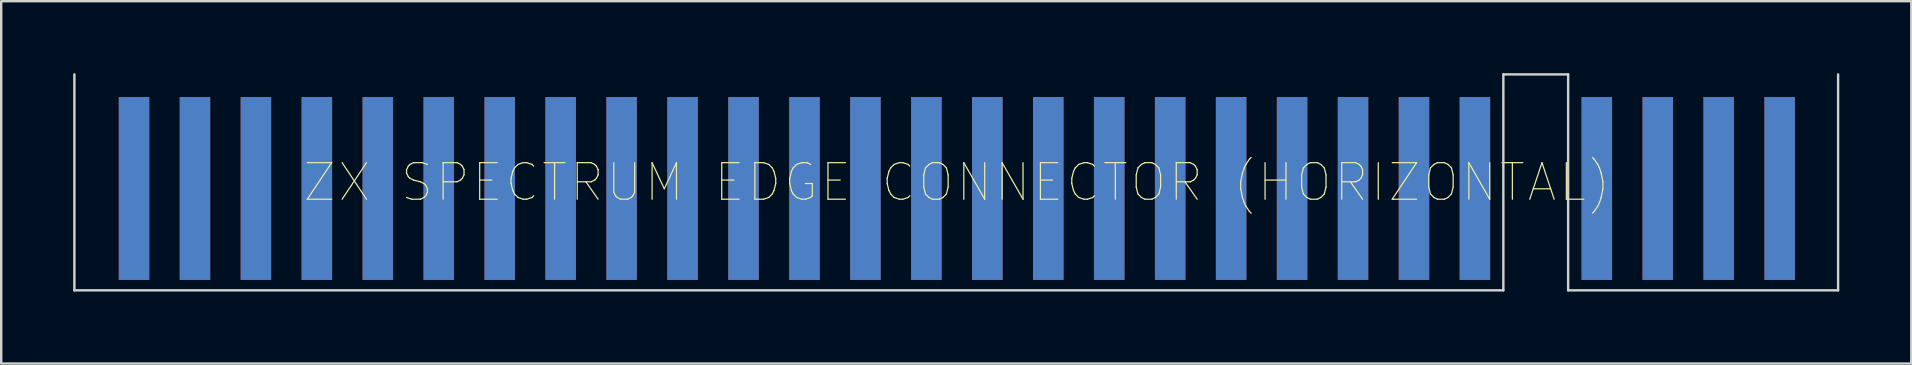
<source format=kicad_pcb>
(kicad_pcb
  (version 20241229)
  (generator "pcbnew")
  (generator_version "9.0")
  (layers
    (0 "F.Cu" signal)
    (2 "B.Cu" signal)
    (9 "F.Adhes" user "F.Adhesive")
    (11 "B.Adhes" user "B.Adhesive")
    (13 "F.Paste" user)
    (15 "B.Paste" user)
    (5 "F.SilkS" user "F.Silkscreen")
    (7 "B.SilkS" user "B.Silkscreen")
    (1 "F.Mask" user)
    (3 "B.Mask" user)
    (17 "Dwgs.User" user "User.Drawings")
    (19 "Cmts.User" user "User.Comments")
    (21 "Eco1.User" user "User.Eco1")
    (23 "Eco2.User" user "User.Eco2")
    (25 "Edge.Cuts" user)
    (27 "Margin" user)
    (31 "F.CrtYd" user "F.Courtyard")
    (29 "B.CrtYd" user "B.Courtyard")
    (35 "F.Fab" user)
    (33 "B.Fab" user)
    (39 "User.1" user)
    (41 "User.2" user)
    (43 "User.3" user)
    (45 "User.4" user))
  (footprint "ZX SPECTRUM EDGE CONNECTOR (HORIZONTAL)"
    (layer "F.Cu")
    (at 36.825 4.55)
    (property "Reference" "ZX SPECTRUM EDGE CONNECTOR (HORIZONTAL)" (at 0 0 180) (layer "F.SilkS") (effects (font (size 1.524 1.524) (thickness 0.05))))
    (attr smd)
    (fp_rect (start -34.925 4.064) (end -33.655 -3.556) (stroke (width 0.12) (type solid)) (fill yes) (layer "F.Mask"))
    (fp_rect (start -32.385 4.064) (end -31.115 -3.556) (stroke (width 0.12) (type solid)) (fill yes) (layer "F.Mask"))
    (fp_rect (start -29.845 4.064) (end -28.575 -3.556) (stroke (width 0.12) (type solid)) (fill yes) (layer "F.Mask"))
    (fp_rect (start -27.305 4.064) (end -26.035 -3.556) (stroke (width 0.12) (type solid)) (fill yes) (layer "F.Mask"))
    (fp_rect (start -24.765 4.064) (end -23.495 -3.556) (stroke (width 0.12) (type solid)) (fill yes) (layer "F.Mask"))
    (fp_rect (start -22.225 4.064) (end -20.955 -3.556) (stroke (width 0.12) (type solid)) (fill yes) (layer "F.Mask"))
    (fp_rect (start -19.685 4.064) (end -18.415 -3.556) (stroke (width 0.12) (type solid)) (fill yes) (layer "F.Mask"))
    (fp_rect (start -17.145 4.064) (end -15.875 -3.556) (stroke (width 0.12) (type solid)) (fill yes) (layer "F.Mask"))
    (fp_rect (start -14.605 4.064) (end -13.335 -3.556) (stroke (width 0.12) (type solid)) (fill yes) (layer "F.Mask"))
    (fp_rect (start -12.065 4.064) (end -10.795 -3.556) (stroke (width 0.12) (type solid)) (fill yes) (layer "F.Mask"))
    (fp_rect (start -9.525 4.064) (end -8.255 -3.556) (stroke (width 0.12) (type solid)) (fill yes) (layer "F.Mask"))
    (fp_rect (start -6.985 4.064) (end -5.715 -3.556) (stroke (width 0.12) (type solid)) (fill yes) (layer "F.Mask"))
    (fp_rect (start -4.445 4.064) (end -3.175 -3.556) (stroke (width 0.12) (type solid)) (fill yes) (layer "F.Mask"))
    (fp_rect (start -1.905 4.064) (end -0.635 -3.556) (stroke (width 0.12) (type solid)) (fill yes) (layer "F.Mask"))
    (fp_rect (start 0.635 4.064) (end 1.905 -3.556) (stroke (width 0.12) (type solid)) (fill yes) (layer "F.Mask"))
    (fp_rect (start 3.175 4.064) (end 4.445 -3.556) (stroke (width 0.12) (type solid)) (fill yes) (layer "F.Mask"))
    (fp_rect (start 5.715 4.064) (end 6.985 -3.556) (stroke (width 0.12) (type solid)) (fill yes) (layer "F.Mask"))
    (fp_rect (start 8.255 4.064) (end 9.525 -3.556) (stroke (width 0.12) (type solid)) (fill yes) (layer "F.Mask"))
    (fp_rect (start 10.795 4.064) (end 12.065 -3.556) (stroke (width 0.12) (type solid)) (fill yes) (layer "F.Mask"))
    (fp_rect (start 13.335 4.064) (end 14.605 -3.556) (stroke (width 0.12) (type solid)) (fill yes) (layer "F.Mask"))
    (fp_rect (start 15.875 4.064) (end 17.145 -3.556) (stroke (width 0.12) (type solid)) (fill yes) (layer "F.Mask"))
    (fp_rect (start 18.415 4.064) (end 19.685 -3.556) (stroke (width 0.12) (type solid)) (fill yes) (layer "F.Mask"))
    (fp_rect (start 20.955 4.064) (end 22.225 -3.556) (stroke (width 0.12) (type solid)) (fill yes) (layer "F.Mask"))
    (fp_rect (start 26.035 4.064) (end 27.305 -3.556) (stroke (width 0.12) (type solid)) (fill yes) (layer "F.Mask"))
    (fp_rect (start 28.575 4.064) (end 29.845 -3.556) (stroke (width 0.12) (type solid)) (fill yes) (layer "F.Mask"))
    (fp_rect (start 31.115 4.064) (end 32.385 -3.556) (stroke (width 0.12) (type solid)) (fill yes) (layer "F.Mask"))
    (fp_rect (start 33.655 4.064) (end 34.925 -3.556) (stroke (width 0.12) (type solid)) (fill yes) (layer "F.Mask"))
    (fp_rect (start -34.925 4.064) (end -33.655 -3.556) (stroke (width 0.12) (type solid)) (fill yes) (layer "B.Mask"))
    (fp_rect (start -32.385 4.064) (end -31.115 -3.556) (stroke (width 0.12) (type solid)) (fill yes) (layer "B.Mask"))
    (fp_rect (start -29.845 4.064) (end -28.575 -3.556) (stroke (width 0.12) (type solid)) (fill yes) (layer "B.Mask"))
    (fp_rect (start -27.305 4.064) (end -26.035 -3.556) (stroke (width 0.12) (type solid)) (fill yes) (layer "B.Mask"))
    (fp_rect (start -24.765 4.064) (end -23.495 -3.556) (stroke (width 0.12) (type solid)) (fill yes) (layer "B.Mask"))
    (fp_rect (start -22.225 4.064) (end -20.955 -3.556) (stroke (width 0.12) (type solid)) (fill yes) (layer "B.Mask"))
    (fp_rect (start -19.685 4.064) (end -18.415 -3.556) (stroke (width 0.12) (type solid)) (fill yes) (layer "B.Mask"))
    (fp_rect (start -17.145 4.064) (end -15.875 -3.556) (stroke (width 0.12) (type solid)) (fill yes) (layer "B.Mask"))
    (fp_rect (start -14.605 4.064) (end -13.335 -3.556) (stroke (width 0.12) (type solid)) (fill yes) (layer "B.Mask"))
    (fp_rect (start -12.065 4.064) (end -10.795 -3.556) (stroke (width 0.12) (type solid)) (fill yes) (layer "B.Mask"))
    (fp_rect (start -9.525 4.064) (end -8.255 -3.556) (stroke (width 0.12) (type solid)) (fill yes) (layer "B.Mask"))
    (fp_rect (start -6.985 4.064) (end -5.715 -3.556) (stroke (width 0.12) (type solid)) (fill yes) (layer "B.Mask"))
    (fp_rect (start -4.445 4.064) (end -3.175 -3.556) (stroke (width 0.12) (type solid)) (fill yes) (layer "B.Mask"))
    (fp_rect (start -1.905 4.064) (end -0.635 -3.556) (stroke (width 0.12) (type solid)) (fill yes) (layer "B.Mask"))
    (fp_rect (start 0.635 4.064) (end 1.905 -3.556) (stroke (width 0.12) (type solid)) (fill yes) (layer "B.Mask"))
    (fp_rect (start 3.175 4.064) (end 4.445 -3.556) (stroke (width 0.12) (type solid)) (fill yes) (layer "B.Mask"))
    (fp_rect (start 5.715 4.064) (end 6.985 -3.556) (stroke (width 0.12) (type solid)) (fill yes) (layer "B.Mask"))
    (fp_rect (start 8.255 4.064) (end 9.525 -3.556) (stroke (width 0.12) (type solid)) (fill yes) (layer "B.Mask"))
    (fp_rect (start 10.795 4.064) (end 12.065 -3.556) (stroke (width 0.12) (type solid)) (fill yes) (layer "B.Mask"))
    (fp_rect (start 13.335 4.064) (end 14.605 -3.556) (stroke (width 0.12) (type solid)) (fill yes) (layer "B.Mask"))
    (fp_rect (start 15.875 4.064) (end 17.145 -3.556) (stroke (width 0.12) (type solid)) (fill yes) (layer "B.Mask"))
    (fp_rect (start 18.415 4.064) (end 19.685 -3.556) (stroke (width 0.12) (type solid)) (fill yes) (layer "B.Mask"))
    (fp_rect (start 20.955 4.064) (end 22.225 -3.556) (stroke (width 0.12) (type solid)) (fill yes) (layer "B.Mask"))
    (fp_rect (start 26.035 4.064) (end 27.305 -3.556) (stroke (width 0.12) (type solid)) (fill yes) (layer "B.Mask"))
    (fp_rect (start 28.575 4.064) (end 29.845 -3.556) (stroke (width 0.12) (type solid)) (fill yes) (layer "B.Mask"))
    (fp_rect (start 31.115 4.064) (end 32.385 -3.556) (stroke (width 0.12) (type solid)) (fill yes) (layer "B.Mask"))
    (fp_rect (start 33.655 4.064) (end 34.925 -3.556) (stroke (width 0.12) (type solid)) (fill yes) (layer "B.Mask"))
    (fp_line (start -36.775 4.5) (end -36.775 -4.5) (stroke (width 0.1) (type solid)) (layer "Edge.Cuts"))
    (fp_line (start 22.775 4.5) (end -36.775 4.5) (stroke (width 0.1) (type solid)) (layer "Edge.Cuts"))
    (fp_line (start 22.775 4.5) (end 22.775 -4.5) (stroke (width 0.1) (type solid)) (layer "Edge.Cuts"))
    (fp_line (start 25.475 -4.5) (end 22.775 -4.5) (stroke (width 0.1) (type solid)) (layer "Edge.Cuts"))
    (fp_line (start 25.475 4.5) (end 25.475 -4.5) (stroke (width 0.1) (type solid)) (layer "Edge.Cuts"))
    (fp_line (start 36.725 4.5) (end 25.475 4.5) (stroke (width 0.1) (type solid)) (layer "Edge.Cuts"))
    (fp_line (start 36.725 4.5) (end 36.725 -4.5) (stroke (width 0.1) (type solid)) (layer "Edge.Cuts"))
    (pad "1" smd rect (at 34.29 0.254 180) (size 1.27 7.62) (layers "F.Cu"))
    (pad "2" smd rect (at 31.75 0.254 180) (size 1.27 7.62) (layers "F.Cu"))
    (pad "3" smd rect (at 29.21 0.254 180) (size 1.27 7.62) (layers "F.Cu"))
    (pad "4" smd rect (at 26.67 0.254 180) (size 1.27 7.62) (layers "F.Cu"))
    (pad "6" smd rect (at 21.59 0.254 180) (size 1.27 7.62) (layers "F.Cu"))
    (pad "7" smd rect (at 19.05 0.254 180) (size 1.27 7.62) (layers "F.Cu"))
    (pad "8" smd rect (at 16.51 0.254 180) (size 1.27 7.62) (layers "F.Cu"))
    (pad "9" smd rect (at 13.97 0.254 180) (size 1.27 7.62) (layers "F.Cu"))
    (pad "10" smd rect (at 11.43 0.254 180) (size 1.27 7.62) (layers "F.Cu"))
    (pad "11" smd rect (at 8.89 0.254 180) (size 1.27 7.62) (layers "F.Cu"))
    (pad "12" smd rect (at 6.35 0.254 180) (size 1.27 7.62) (layers "F.Cu"))
    (pad "13" smd rect (at 3.81 0.254 180) (size 1.27 7.62) (layers "F.Cu"))
    (pad "14" smd rect (at 1.27 0.254 180) (size 1.27 7.62) (layers "F.Cu"))
    (pad "15" smd rect (at -1.27 0.254 180) (size 1.27 7.62) (layers "F.Cu"))
    (pad "16" smd rect (at -3.81 0.254 180) (size 1.27 7.62) (layers "F.Cu"))
    (pad "17" smd rect (at -6.35 0.254 180) (size 1.27 7.62) (layers "F.Cu"))
    (pad "18" smd rect (at -8.89 0.254 180) (size 1.27 7.62) (layers "F.Cu"))
    (pad "19" smd rect (at -11.43 0.254 180) (size 1.27 7.62) (layers "F.Cu"))
    (pad "20" smd rect (at -13.97 0.254 180) (size 1.27 7.62) (layers "F.Cu"))
    (pad "21" smd rect (at -16.51 0.254 180) (size 1.27 7.62) (layers "F.Cu"))
    (pad "22" smd rect (at -19.05 0.254 180) (size 1.27 7.62) (layers "F.Cu"))
    (pad "23" smd rect (at -21.59 0.254 180) (size 1.27 7.62) (layers "F.Cu"))
    (pad "24" smd rect (at -24.13 0.254 180) (size 1.27 7.62) (layers "F.Cu"))
    (pad "25" smd rect (at -26.67 0.254 180) (size 1.27 7.62) (layers "F.Cu"))
    (pad "26" smd rect (at -29.21 0.254 180) (size 1.27 7.62) (layers "F.Cu"))
    (pad "27" smd rect (at -31.75 0.254 180) (size 1.27 7.62) (layers "F.Cu"))
    (pad "28" smd rect (at -34.29 0.254 180) (size 1.27 7.62) (layers "F.Cu"))
    (pad "29" smd rect (at 34.29 0.254 180) (size 1.27 7.62) (layers "B.Cu"))
    (pad "30" smd rect (at 31.75 0.254 180) (size 1.27 7.62) (layers "B.Cu"))
    (pad "31" smd rect (at 29.21 0.254 180) (size 1.27 7.62) (layers "B.Cu"))
    (pad "32" smd rect (at 26.67 0.254 180) (size 1.27 7.62) (layers "B.Cu"))
    (pad "34" smd rect (at 21.59 0.254 180) (size 1.27 7.62) (layers "B.Cu"))
    (pad "35" smd rect (at 19.05 0.254 180) (size 1.27 7.62) (layers "B.Cu"))
    (pad "36" smd rect (at 16.51 0.254 180) (size 1.27 7.62) (layers "B.Cu"))
    (pad "37" smd rect (at 13.97 0.254 180) (size 1.27 7.62) (layers "B.Cu"))
    (pad "38" smd rect (at 11.43 0.254 180) (size 1.27 7.62) (layers "B.Cu"))
    (pad "39" smd rect (at 8.89 0.254 180) (size 1.27 7.62) (layers "B.Cu"))
    (pad "40" smd rect (at 6.35 0.254 180) (size 1.27 7.62) (layers "B.Cu"))
    (pad "41" smd rect (at 3.81 0.254 180) (size 1.27 7.62) (layers "B.Cu"))
    (pad "42" smd rect (at 1.27 0.254 180) (size 1.27 7.62) (layers "B.Cu"))
    (pad "43" smd rect (at -1.27 0.254 180) (size 1.27 7.62) (layers "B.Cu"))
    (pad "44" smd rect (at -3.81 0.254 180) (size 1.27 7.62) (layers "B.Cu"))
    (pad "45" smd rect (at -6.35 0.254 180) (size 1.27 7.62) (layers "B.Cu"))
    (pad "46" smd rect (at -8.89 0.254 180) (size 1.27 7.62) (layers "B.Cu"))
    (pad "47" smd rect (at -11.43 0.254 180) (size 1.27 7.62) (layers "B.Cu"))
    (pad "48" smd rect (at -13.97 0.254 180) (size 1.27 7.62) (layers "B.Cu"))
    (pad "49" smd rect (at -16.51 0.254 180) (size 1.27 7.62) (layers "B.Cu"))
    (pad "50" smd rect (at -19.05 0.254 180) (size 1.27 7.62) (layers "B.Cu"))
    (pad "51" smd rect (at -21.59 0.254 180) (size 1.27 7.62) (layers "B.Cu"))
    (pad "52" smd rect (at -24.13 0.254 180) (size 1.27 7.62) (layers "B.Cu"))
    (pad "53" smd rect (at -26.67 0.254 180) (size 1.27 7.62) (layers "B.Cu"))
    (pad "54" smd rect (at -29.21 0.254 180) (size 1.27 7.62) (layers "B.Cu"))
    (pad "55" smd rect (at -31.75 0.254 180) (size 1.27 7.62) (layers "B.Cu"))
    (pad "56" smd rect (at -34.29 0.254 180) (size 1.27 7.62) (layers "B.Cu")))
  (gr_rect
    (start -3 -3)
    (end 76.6 12.1)
    (stroke (width 0.1) (type default))
    (fill no)
    (layer "Edge.Cuts")))
</source>
